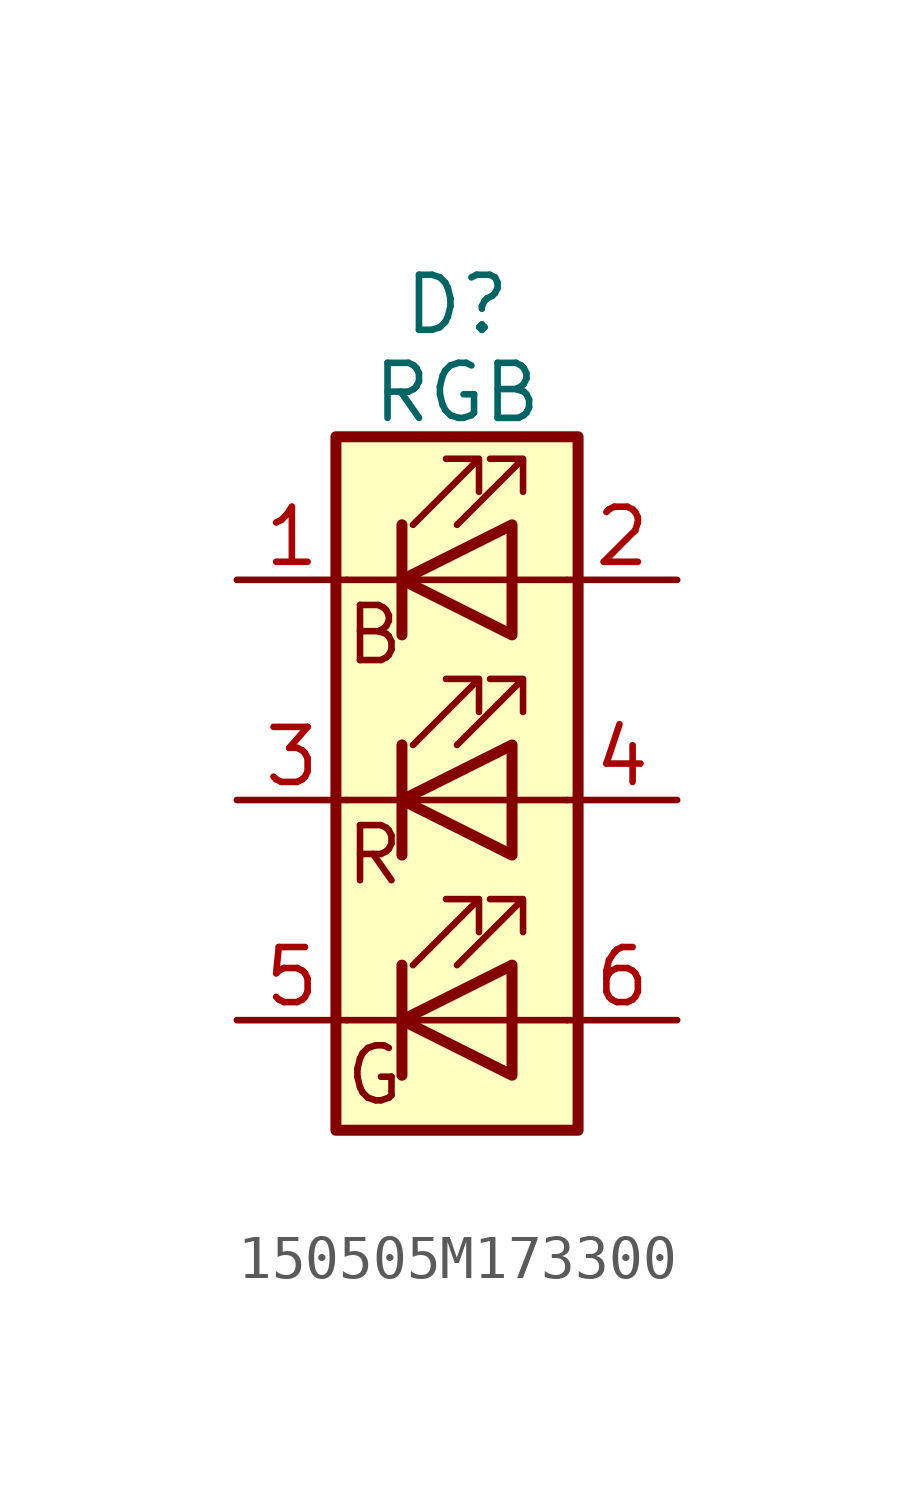
<source format=kicad_sym>
(kicad_symbol_lib
  (version 20220914)
  (generator kicad_symbol_editor)
  (symbol "150505M173300"
    (pin_names
      (offset 0) hide)
    (property "Reference" "D"
      (at 0 11.43 0)
      (effects (font (size 1.27 1.27))))
    (property "Value" "RGB"
      (at 0 9.398 0)
      (effects (font (size 1.27 1.27))))
    (symbol "150505M173300_0_1"
      (polyline (pts (xy -1.27 -5.08) (xy -2.54 -5.08)) (stroke (width 0) (type default)) (fill (type none)))
      (polyline (pts (xy -1.27 -3.81) (xy -1.27 -6.35)) (stroke (width 0.254) (type default)) (fill (type none)))
      (polyline (pts (xy -1.27 0) (xy -2.54 0)) (stroke (width 0) (type default)) (fill (type none)))
      (polyline (pts (xy -1.27 1.27) (xy -1.27 -1.27)) (stroke (width 0.254) (type default)) (fill (type none)))
      (polyline (pts (xy -1.27 5.08) (xy -2.54 5.08)) (stroke (width 0) (type default)) (fill (type none)))
      (polyline (pts (xy -1.27 5.08) (xy 1.27 5.08)) (stroke (width 0) (type default)) (fill (type none)))
      (polyline (pts (xy -1.27 6.35) (xy -1.27 3.81)) (stroke (width 0.254) (type default)) (fill (type none)))
      (polyline (pts (xy -1.016 0) (xy 1.27 0)) (stroke (width 0) (type default)) (fill (type none)))
      (polyline (pts (xy 1.27 -5.08) (xy -1.27 -5.08)) (stroke (width 0) (type default)) (fill (type none)))
      (polyline (pts (xy 1.27 -5.08) (xy 2.54 -5.08)) (stroke (width 0) (type default)) (fill (type none)))
      (polyline (pts (xy 1.27 5.08) (xy 2.54 5.08)) (stroke (width 0) (type default)) (fill (type none)))
      (polyline (pts (xy 2.54 0) (xy 1.27 0)) (stroke (width 0) (type default)) (fill (type none)))
      (polyline (pts (xy -1.27 1.27) (xy -1.27 -1.27) (xy -1.27 -1.27)) (stroke (width 0) (type default)) (fill (type none)))
      (polyline (pts (xy -1.27 6.35) (xy -1.27 3.81) (xy -1.27 3.81)) (stroke (width 0) (type default)) (fill (type none)))
      (polyline (pts (xy 1.27 -3.81) (xy 1.27 -6.35) (xy -1.27 -5.08) (xy 1.27 -3.81)) (stroke (width 0.254) (type default)) (fill (type none)))
      (polyline (pts (xy 1.27 1.27) (xy 1.27 -1.27) (xy -1.27 0) (xy 1.27 1.27)) (stroke (width 0.254) (type default)) (fill (type none)))
      (polyline (pts (xy 1.27 6.35) (xy 1.27 3.81) (xy -1.27 5.08) (xy 1.27 6.35)) (stroke (width 0.254) (type default)) (fill (type none)))
      (polyline (pts (xy -1.016 -3.81) (xy 0.508 -2.286) (xy -0.254 -2.286) (xy 0.508 -2.286) (xy 0.508 -3.048)) (stroke (width 0) (type default)) (fill (type none)))
      (polyline (pts (xy -1.016 1.27) (xy 0.508 2.794) (xy -0.254 2.794) (xy 0.508 2.794) (xy 0.508 2.032)) (stroke (width 0) (type default)) (fill (type none)))
      (polyline (pts (xy -1.016 6.35) (xy 0.508 7.874) (xy -0.254 7.874) (xy 0.508 7.874) (xy 0.508 7.112)) (stroke (width 0) (type default)) (fill (type none)))
      (polyline (pts (xy 0 -3.81) (xy 1.524 -2.286) (xy 0.762 -2.286) (xy 1.524 -2.286) (xy 1.524 -3.048)) (stroke (width 0) (type default)) (fill (type none)))
      (polyline (pts (xy 0 1.27) (xy 1.524 2.794) (xy 0.762 2.794) (xy 1.524 2.794) (xy 1.524 2.032)) (stroke (width 0) (type default)) (fill (type none)))
      (polyline (pts (xy 0 6.35) (xy 1.524 7.874) (xy 0.762 7.874) (xy 1.524 7.874) (xy 1.524 7.112)) (stroke (width 0) (type default)) (fill (type none)))
      (rectangle (start 1.27 -1.27) (end 1.27 1.27) (stroke (width 0) (type default)) (fill (type none)))
      (rectangle (start 1.27 1.27) (end 1.27 1.27) (stroke (width 0) (type default)) (fill (type none)))
      (rectangle (start 1.27 3.81) (end 1.27 6.35) (stroke (width 0) (type default)) (fill (type none)))
      (rectangle (start 1.27 6.35) (end 1.27 6.35) (stroke (width 0) (type default)) (fill (type none)))
      (rectangle (start 2.794 8.382) (end -2.794 -7.62) (stroke (width 0.254) (type default)) (fill (type background))))
    (symbol "150505M173300_1_0"
      (text "B" (at -1.905 3.81 0) (effects (font (size 1.27 1.27))))
      (text "G" (at -1.905 -6.35 0) (effects (font (size 1.27 1.27))))
      (text "R" (at -1.905 -1.27 0) (effects (font (size 1.27 1.27)))))
    (symbol "150505M173300_1_1"
      (pin passive line (at -5.08 5.08 0) (length 2.54) (name "BK" (effects (font (size 1.27 1.27)))) (number "1" (effects (font (size 1.27 1.27)))))
      (pin passive line (at 5.08 5.08 180) (length 2.54) (name "BA" (effects (font (size 1.27 1.27)))) (number "2" (effects (font (size 1.27 1.27)))))
      (pin passive line (at -5.08 0 0) (length 2.54) (name "RK" (effects (font (size 1.27 1.27)))) (number "3" (effects (font (size 1.27 1.27)))))
      (pin passive line (at 5.08 0 180) (length 2.54) (name "RA" (effects (font (size 1.27 1.27)))) (number "4" (effects (font (size 1.27 1.27)))))
      (pin passive line (at -5.08 -5.08 0) (length 2.54) (name "GK" (effects (font (size 1.27 1.27)))) (number "5" (effects (font (size 1.27 1.27)))))
      (pin passive line (at 5.08 -5.08 180) (length 2.54) (name "GA" (effects (font (size 1.27 1.27)))) (number "6" (effects (font (size 1.27 1.27))))))))
</source>
